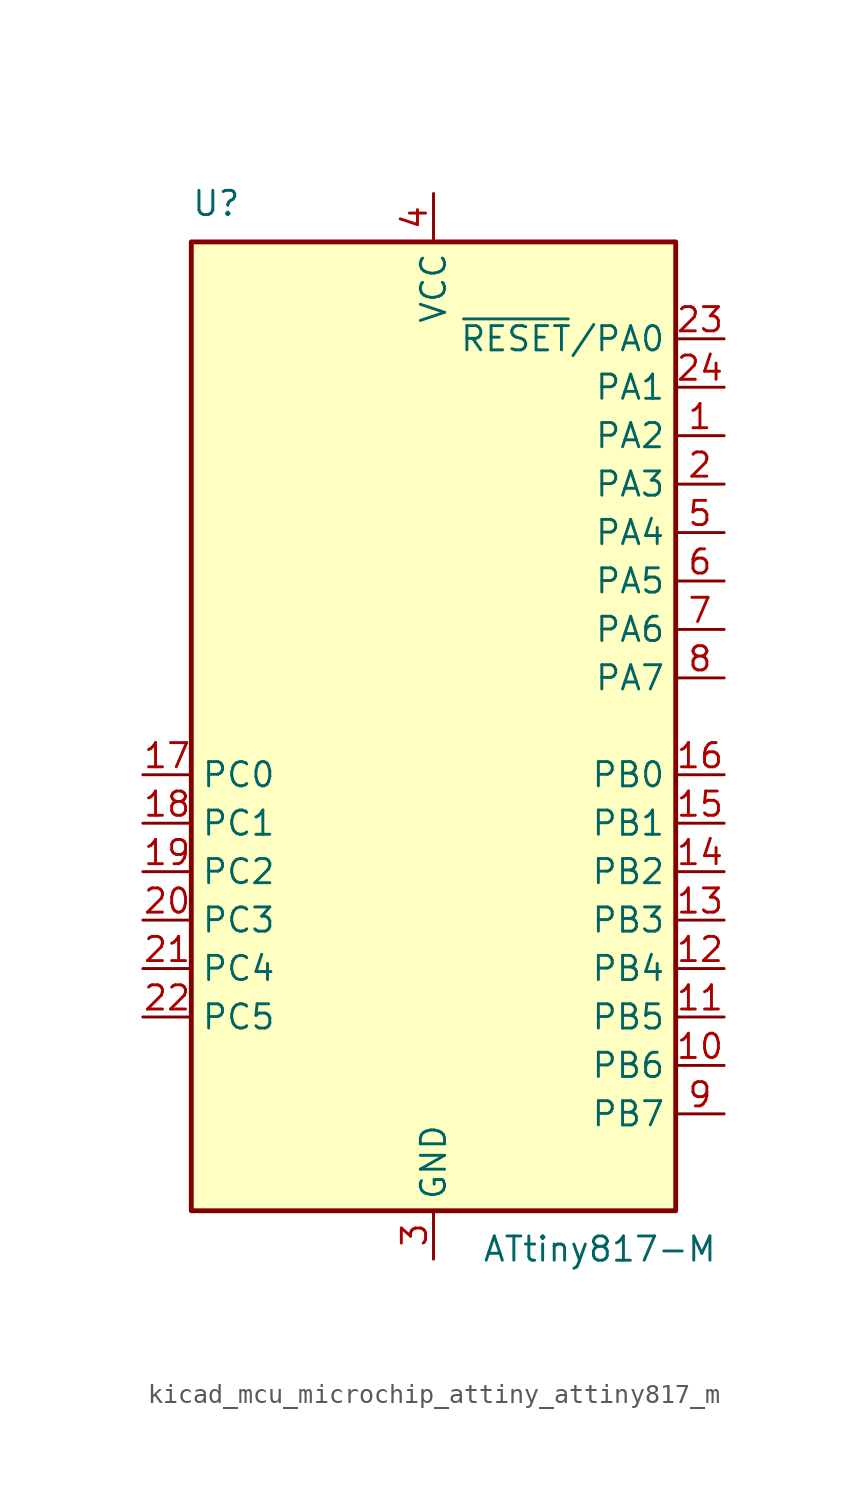
<source format=kicad_sym>
(kicad_symbol_lib
  (version 20220914)
  (generator kicad_symbol_editor)
  (symbol "kicad_mcu_microchip_attiny_attiny817_m"
    (property "Reference" "U"
      (at -12.7 26.67 0)
      (effects (font (size 1.27 1.27)) (justify left bottom)))
    (property "Value" "ATtiny817-M"
      (at 2.54 -26.67 0)
      (effects (font (size 1.27 1.27)) (justify left top)))
    (symbol "kicad_mcu_microchip_attiny_attiny817_m_0_1"
      (rectangle (start -12.7 -25.4) (end 12.7 25.4) (stroke (width 0.254) (type default)) (fill (type background))))
    (symbol "kicad_mcu_microchip_attiny_attiny817_m_1_1"
      (pin bidirectional line (at 15.24 15.24 180) (length 2.54) (name "PA2" (effects (font (size 1.27 1.27)))) (number "1" (effects (font (size 1.27 1.27)))))
      (pin bidirectional line (at 15.24 -17.78 180) (length 2.54) (name "PB6" (effects (font (size 1.27 1.27)))) (number "10" (effects (font (size 1.27 1.27)))))
      (pin bidirectional line (at 15.24 -15.24 180) (length 2.54) (name "PB5" (effects (font (size 1.27 1.27)))) (number "11" (effects (font (size 1.27 1.27)))))
      (pin bidirectional line (at 15.24 -12.7 180) (length 2.54) (name "PB4" (effects (font (size 1.27 1.27)))) (number "12" (effects (font (size 1.27 1.27)))))
      (pin bidirectional line (at 15.24 -10.16 180) (length 2.54) (name "PB3" (effects (font (size 1.27 1.27)))) (number "13" (effects (font (size 1.27 1.27)))))
      (pin bidirectional line (at 15.24 -7.62 180) (length 2.54) (name "PB2" (effects (font (size 1.27 1.27)))) (number "14" (effects (font (size 1.27 1.27)))))
      (pin bidirectional line (at 15.24 -5.08 180) (length 2.54) (name "PB1" (effects (font (size 1.27 1.27)))) (number "15" (effects (font (size 1.27 1.27)))))
      (pin bidirectional line (at 15.24 -2.54 180) (length 2.54) (name "PB0" (effects (font (size 1.27 1.27)))) (number "16" (effects (font (size 1.27 1.27)))))
      (pin bidirectional line (at -15.24 -2.54 0) (length 2.54) (name "PC0" (effects (font (size 1.27 1.27)))) (number "17" (effects (font (size 1.27 1.27)))))
      (pin bidirectional line (at -15.24 -5.08 0) (length 2.54) (name "PC1" (effects (font (size 1.27 1.27)))) (number "18" (effects (font (size 1.27 1.27)))))
      (pin bidirectional line (at -15.24 -7.62 0) (length 2.54) (name "PC2" (effects (font (size 1.27 1.27)))) (number "19" (effects (font (size 1.27 1.27)))))
      (pin bidirectional line (at 15.24 12.7 180) (length 2.54) (name "PA3" (effects (font (size 1.27 1.27)))) (number "2" (effects (font (size 1.27 1.27)))))
      (pin bidirectional line (at -15.24 -10.16 0) (length 2.54) (name "PC3" (effects (font (size 1.27 1.27)))) (number "20" (effects (font (size 1.27 1.27)))))
      (pin bidirectional line (at -15.24 -12.7 0) (length 2.54) (name "PC4" (effects (font (size 1.27 1.27)))) (number "21" (effects (font (size 1.27 1.27)))))
      (pin bidirectional line (at -15.24 -15.24 0) (length 2.54) (name "PC5" (effects (font (size 1.27 1.27)))) (number "22" (effects (font (size 1.27 1.27)))))
      (pin bidirectional line (at 15.24 20.32 180) (length 2.54) (name "~{RESET}/PA0" (effects (font (size 1.27 1.27)))) (number "23" (effects (font (size 1.27 1.27)))))
      (pin bidirectional line (at 15.24 17.78 180) (length 2.54) (name "PA1" (effects (font (size 1.27 1.27)))) (number "24" (effects (font (size 1.27 1.27)))))
      (pin passive line (at 0 -27.94 90) (length 2.54) hide (name "GND" (effects (font (size 1.27 1.27)))) (number "25" (effects (font (size 1.27 1.27)))))
      (pin power_in line (at 0 -27.94 90) (length 2.54) (name "GND" (effects (font (size 1.27 1.27)))) (number "3" (effects (font (size 1.27 1.27)))))
      (pin power_in line (at 0 27.94 270) (length 2.54) (name "VCC" (effects (font (size 1.27 1.27)))) (number "4" (effects (font (size 1.27 1.27)))))
      (pin bidirectional line (at 15.24 10.16 180) (length 2.54) (name "PA4" (effects (font (size 1.27 1.27)))) (number "5" (effects (font (size 1.27 1.27)))))
      (pin bidirectional line (at 15.24 7.62 180) (length 2.54) (name "PA5" (effects (font (size 1.27 1.27)))) (number "6" (effects (font (size 1.27 1.27)))))
      (pin bidirectional line (at 15.24 5.08 180) (length 2.54) (name "PA6" (effects (font (size 1.27 1.27)))) (number "7" (effects (font (size 1.27 1.27)))))
      (pin bidirectional line (at 15.24 2.54 180) (length 2.54) (name "PA7" (effects (font (size 1.27 1.27)))) (number "8" (effects (font (size 1.27 1.27)))))
      (pin bidirectional line (at 15.24 -20.32 180) (length 2.54) (name "PB7" (effects (font (size 1.27 1.27)))) (number "9" (effects (font (size 1.27 1.27))))))))
</source>
